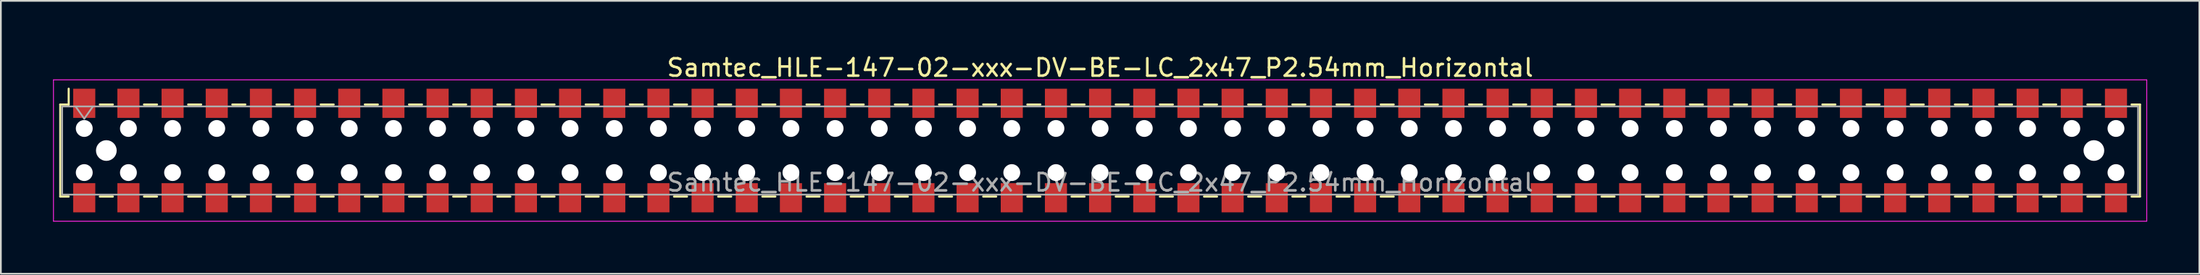
<source format=kicad_pcb>
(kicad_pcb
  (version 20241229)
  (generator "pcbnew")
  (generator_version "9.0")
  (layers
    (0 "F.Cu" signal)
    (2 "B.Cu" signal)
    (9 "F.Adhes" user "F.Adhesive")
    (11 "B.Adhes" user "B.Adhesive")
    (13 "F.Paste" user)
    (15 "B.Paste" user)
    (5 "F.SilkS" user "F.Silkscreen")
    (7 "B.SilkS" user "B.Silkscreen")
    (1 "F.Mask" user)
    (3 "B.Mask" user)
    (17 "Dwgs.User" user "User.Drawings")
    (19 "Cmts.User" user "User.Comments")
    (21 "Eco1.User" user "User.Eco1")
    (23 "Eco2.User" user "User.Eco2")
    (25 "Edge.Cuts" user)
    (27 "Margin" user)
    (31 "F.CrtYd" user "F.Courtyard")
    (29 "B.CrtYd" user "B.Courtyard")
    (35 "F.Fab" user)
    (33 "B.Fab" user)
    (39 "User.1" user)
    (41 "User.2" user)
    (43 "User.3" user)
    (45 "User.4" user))
  (footprint "Samtec_HLE-147-02-xxx-DV-BE-LC_2x47_P2.54mm_Horizontal"
    (layer "F.Cu")
    (at 60.215 5.618)
    (property "Reference" "Samtec_HLE-147-02-xxx-DV-BE-LC_2x47_P2.54mm_Horizontal" (at 0 -4.77 0) (layer "F.SilkS") (effects (font (size 1 1) (thickness 0.15))))
    (attr smd)
    (fp_line (start -59.8 -2.65) (end -59.8 2.65) (stroke (width 0.12) (type solid)) (layer "F.SilkS"))
    (fp_line (start -59.8 2.65) (end -59.315 2.65) (stroke (width 0.12) (type solid)) (layer "F.SilkS"))
    (fp_line (start -59.315 -3.56) (end -59.315 -2.65) (stroke (width 0.12) (type solid)) (layer "F.SilkS"))
    (fp_line (start -59.315 -2.65) (end -59.8 -2.65) (stroke (width 0.12) (type solid)) (layer "F.SilkS"))
    (fp_line (start -57.525 -2.65) (end -56.775 -2.65) (stroke (width 0.12) (type solid)) (layer "F.SilkS"))
    (fp_line (start -57.525 2.65) (end -56.775 2.65) (stroke (width 0.12) (type solid)) (layer "F.SilkS"))
    (fp_line (start -54.985 -2.65) (end -54.235 -2.65) (stroke (width 0.12) (type solid)) (layer "F.SilkS"))
    (fp_line (start -54.985 2.65) (end -54.235 2.65) (stroke (width 0.12) (type solid)) (layer "F.SilkS"))
    (fp_line (start -52.445 -2.65) (end -51.695 -2.65) (stroke (width 0.12) (type solid)) (layer "F.SilkS"))
    (fp_line (start -52.445 2.65) (end -51.695 2.65) (stroke (width 0.12) (type solid)) (layer "F.SilkS"))
    (fp_line (start -49.905 -2.65) (end -49.155 -2.65) (stroke (width 0.12) (type solid)) (layer "F.SilkS"))
    (fp_line (start -49.905 2.65) (end -49.155 2.65) (stroke (width 0.12) (type solid)) (layer "F.SilkS"))
    (fp_line (start -47.365 -2.65) (end -46.615 -2.65) (stroke (width 0.12) (type solid)) (layer "F.SilkS"))
    (fp_line (start -47.365 2.65) (end -46.615 2.65) (stroke (width 0.12) (type solid)) (layer "F.SilkS"))
    (fp_line (start -44.825 -2.65) (end -44.075 -2.65) (stroke (width 0.12) (type solid)) (layer "F.SilkS"))
    (fp_line (start -44.825 2.65) (end -44.075 2.65) (stroke (width 0.12) (type solid)) (layer "F.SilkS"))
    (fp_line (start -42.285 -2.65) (end -41.535 -2.65) (stroke (width 0.12) (type solid)) (layer "F.SilkS"))
    (fp_line (start -42.285 2.65) (end -41.535 2.65) (stroke (width 0.12) (type solid)) (layer "F.SilkS"))
    (fp_line (start -39.745 -2.65) (end -38.995 -2.65) (stroke (width 0.12) (type solid)) (layer "F.SilkS"))
    (fp_line (start -39.745 2.65) (end -38.995 2.65) (stroke (width 0.12) (type solid)) (layer "F.SilkS"))
    (fp_line (start -37.205 -2.65) (end -36.455 -2.65) (stroke (width 0.12) (type solid)) (layer "F.SilkS"))
    (fp_line (start -37.205 2.65) (end -36.455 2.65) (stroke (width 0.12) (type solid)) (layer "F.SilkS"))
    (fp_line (start -34.665 -2.65) (end -33.915 -2.65) (stroke (width 0.12) (type solid)) (layer "F.SilkS"))
    (fp_line (start -34.665 2.65) (end -33.915 2.65) (stroke (width 0.12) (type solid)) (layer "F.SilkS"))
    (fp_line (start -32.125 -2.65) (end -31.375 -2.65) (stroke (width 0.12) (type solid)) (layer "F.SilkS"))
    (fp_line (start -32.125 2.65) (end -31.375 2.65) (stroke (width 0.12) (type solid)) (layer "F.SilkS"))
    (fp_line (start -29.585 -2.65) (end -28.835 -2.65) (stroke (width 0.12) (type solid)) (layer "F.SilkS"))
    (fp_line (start -29.585 2.65) (end -28.835 2.65) (stroke (width 0.12) (type solid)) (layer "F.SilkS"))
    (fp_line (start -27.045 -2.65) (end -26.295 -2.65) (stroke (width 0.12) (type solid)) (layer "F.SilkS"))
    (fp_line (start -27.045 2.65) (end -26.295 2.65) (stroke (width 0.12) (type solid)) (layer "F.SilkS"))
    (fp_line (start -24.505 -2.65) (end -23.755 -2.65) (stroke (width 0.12) (type solid)) (layer "F.SilkS"))
    (fp_line (start -24.505 2.65) (end -23.755 2.65) (stroke (width 0.12) (type solid)) (layer "F.SilkS"))
    (fp_line (start -21.965 -2.65) (end -21.215 -2.65) (stroke (width 0.12) (type solid)) (layer "F.SilkS"))
    (fp_line (start -21.965 2.65) (end -21.215 2.65) (stroke (width 0.12) (type solid)) (layer "F.SilkS"))
    (fp_line (start -19.425 -2.65) (end -18.675 -2.65) (stroke (width 0.12) (type solid)) (layer "F.SilkS"))
    (fp_line (start -19.425 2.65) (end -18.675 2.65) (stroke (width 0.12) (type solid)) (layer "F.SilkS"))
    (fp_line (start -16.885 -2.65) (end -16.135 -2.65) (stroke (width 0.12) (type solid)) (layer "F.SilkS"))
    (fp_line (start -16.885 2.65) (end -16.135 2.65) (stroke (width 0.12) (type solid)) (layer "F.SilkS"))
    (fp_line (start -14.345 -2.65) (end -13.595 -2.65) (stroke (width 0.12) (type solid)) (layer "F.SilkS"))
    (fp_line (start -14.345 2.65) (end -13.595 2.65) (stroke (width 0.12) (type solid)) (layer "F.SilkS"))
    (fp_line (start -11.805 -2.65) (end -11.055 -2.65) (stroke (width 0.12) (type solid)) (layer "F.SilkS"))
    (fp_line (start -11.805 2.65) (end -11.055 2.65) (stroke (width 0.12) (type solid)) (layer "F.SilkS"))
    (fp_line (start -9.265 -2.65) (end -8.515 -2.65) (stroke (width 0.12) (type solid)) (layer "F.SilkS"))
    (fp_line (start -9.265 2.65) (end -8.515 2.65) (stroke (width 0.12) (type solid)) (layer "F.SilkS"))
    (fp_line (start -6.725 -2.65) (end -5.975 -2.65) (stroke (width 0.12) (type solid)) (layer "F.SilkS"))
    (fp_line (start -6.725 2.65) (end -5.975 2.65) (stroke (width 0.12) (type solid)) (layer "F.SilkS"))
    (fp_line (start -4.185 -2.65) (end -3.435 -2.65) (stroke (width 0.12) (type solid)) (layer "F.SilkS"))
    (fp_line (start -4.185 2.65) (end -3.435 2.65) (stroke (width 0.12) (type solid)) (layer "F.SilkS"))
    (fp_line (start -1.645 -2.65) (end -0.895 -2.65) (stroke (width 0.12) (type solid)) (layer "F.SilkS"))
    (fp_line (start -1.645 2.65) (end -0.895 2.65) (stroke (width 0.12) (type solid)) (layer "F.SilkS"))
    (fp_line (start 0.895 -2.65) (end 1.645 -2.65) (stroke (width 0.12) (type solid)) (layer "F.SilkS"))
    (fp_line (start 0.895 2.65) (end 1.645 2.65) (stroke (width 0.12) (type solid)) (layer "F.SilkS"))
    (fp_line (start 3.435 -2.65) (end 4.185 -2.65) (stroke (width 0.12) (type solid)) (layer "F.SilkS"))
    (fp_line (start 3.435 2.65) (end 4.185 2.65) (stroke (width 0.12) (type solid)) (layer "F.SilkS"))
    (fp_line (start 5.975 -2.65) (end 6.725 -2.65) (stroke (width 0.12) (type solid)) (layer "F.SilkS"))
    (fp_line (start 5.975 2.65) (end 6.725 2.65) (stroke (width 0.12) (type solid)) (layer "F.SilkS"))
    (fp_line (start 8.515 -2.65) (end 9.265 -2.65) (stroke (width 0.12) (type solid)) (layer "F.SilkS"))
    (fp_line (start 8.515 2.65) (end 9.265 2.65) (stroke (width 0.12) (type solid)) (layer "F.SilkS"))
    (fp_line (start 11.055 -2.65) (end 11.805 -2.65) (stroke (width 0.12) (type solid)) (layer "F.SilkS"))
    (fp_line (start 11.055 2.65) (end 11.805 2.65) (stroke (width 0.12) (type solid)) (layer "F.SilkS"))
    (fp_line (start 13.595 -2.65) (end 14.345 -2.65) (stroke (width 0.12) (type solid)) (layer "F.SilkS"))
    (fp_line (start 13.595 2.65) (end 14.345 2.65) (stroke (width 0.12) (type solid)) (layer "F.SilkS"))
    (fp_line (start 16.135 -2.65) (end 16.885 -2.65) (stroke (width 0.12) (type solid)) (layer "F.SilkS"))
    (fp_line (start 16.135 2.65) (end 16.885 2.65) (stroke (width 0.12) (type solid)) (layer "F.SilkS"))
    (fp_line (start 18.675 -2.65) (end 19.425 -2.65) (stroke (width 0.12) (type solid)) (layer "F.SilkS"))
    (fp_line (start 18.675 2.65) (end 19.425 2.65) (stroke (width 0.12) (type solid)) (layer "F.SilkS"))
    (fp_line (start 21.215 -2.65) (end 21.965 -2.65) (stroke (width 0.12) (type solid)) (layer "F.SilkS"))
    (fp_line (start 21.215 2.65) (end 21.965 2.65) (stroke (width 0.12) (type solid)) (layer "F.SilkS"))
    (fp_line (start 23.755 -2.65) (end 24.505 -2.65) (stroke (width 0.12) (type solid)) (layer "F.SilkS"))
    (fp_line (start 23.755 2.65) (end 24.505 2.65) (stroke (width 0.12) (type solid)) (layer "F.SilkS"))
    (fp_line (start 26.295 -2.65) (end 27.045 -2.65) (stroke (width 0.12) (type solid)) (layer "F.SilkS"))
    (fp_line (start 26.295 2.65) (end 27.045 2.65) (stroke (width 0.12) (type solid)) (layer "F.SilkS"))
    (fp_line (start 28.835 -2.65) (end 29.585 -2.65) (stroke (width 0.12) (type solid)) (layer "F.SilkS"))
    (fp_line (start 28.835 2.65) (end 29.585 2.65) (stroke (width 0.12) (type solid)) (layer "F.SilkS"))
    (fp_line (start 31.375 -2.65) (end 32.125 -2.65) (stroke (width 0.12) (type solid)) (layer "F.SilkS"))
    (fp_line (start 31.375 2.65) (end 32.125 2.65) (stroke (width 0.12) (type solid)) (layer "F.SilkS"))
    (fp_line (start 33.915 -2.65) (end 34.665 -2.65) (stroke (width 0.12) (type solid)) (layer "F.SilkS"))
    (fp_line (start 33.915 2.65) (end 34.665 2.65) (stroke (width 0.12) (type solid)) (layer "F.SilkS"))
    (fp_line (start 36.455 -2.65) (end 37.205 -2.65) (stroke (width 0.12) (type solid)) (layer "F.SilkS"))
    (fp_line (start 36.455 2.65) (end 37.205 2.65) (stroke (width 0.12) (type solid)) (layer "F.SilkS"))
    (fp_line (start 38.995 -2.65) (end 39.745 -2.65) (stroke (width 0.12) (type solid)) (layer "F.SilkS"))
    (fp_line (start 38.995 2.65) (end 39.745 2.65) (stroke (width 0.12) (type solid)) (layer "F.SilkS"))
    (fp_line (start 41.535 -2.65) (end 42.285 -2.65) (stroke (width 0.12) (type solid)) (layer "F.SilkS"))
    (fp_line (start 41.535 2.65) (end 42.285 2.65) (stroke (width 0.12) (type solid)) (layer "F.SilkS"))
    (fp_line (start 44.075 -2.65) (end 44.825 -2.65) (stroke (width 0.12) (type solid)) (layer "F.SilkS"))
    (fp_line (start 44.075 2.65) (end 44.825 2.65) (stroke (width 0.12) (type solid)) (layer "F.SilkS"))
    (fp_line (start 46.615 -2.65) (end 47.365 -2.65) (stroke (width 0.12) (type solid)) (layer "F.SilkS"))
    (fp_line (start 46.615 2.65) (end 47.365 2.65) (stroke (width 0.12) (type solid)) (layer "F.SilkS"))
    (fp_line (start 49.155 -2.65) (end 49.905 -2.65) (stroke (width 0.12) (type solid)) (layer "F.SilkS"))
    (fp_line (start 49.155 2.65) (end 49.905 2.65) (stroke (width 0.12) (type solid)) (layer "F.SilkS"))
    (fp_line (start 51.695 -2.65) (end 52.445 -2.65) (stroke (width 0.12) (type solid)) (layer "F.SilkS"))
    (fp_line (start 51.695 2.65) (end 52.445 2.65) (stroke (width 0.12) (type solid)) (layer "F.SilkS"))
    (fp_line (start 54.235 -2.65) (end 54.985 -2.65) (stroke (width 0.12) (type solid)) (layer "F.SilkS"))
    (fp_line (start 54.235 2.65) (end 54.985 2.65) (stroke (width 0.12) (type solid)) (layer "F.SilkS"))
    (fp_line (start 56.775 -2.65) (end 57.525 -2.65) (stroke (width 0.12) (type solid)) (layer "F.SilkS"))
    (fp_line (start 56.775 2.65) (end 57.525 2.65) (stroke (width 0.12) (type solid)) (layer "F.SilkS"))
    (fp_line (start 59.315 -2.65) (end 59.8 -2.65) (stroke (width 0.12) (type solid)) (layer "F.SilkS"))
    (fp_line (start 59.8 -2.65) (end 59.8 2.65) (stroke (width 0.12) (type solid)) (layer "F.SilkS"))
    (fp_line (start 59.8 2.65) (end 59.315 2.65) (stroke (width 0.12) (type solid)) (layer "F.SilkS"))
    (fp_line (start -60.19 -4.07) (end 60.19 -4.07) (stroke (width 0.05) (type solid)) (layer "F.CrtYd"))
    (fp_line (start -60.19 4.07) (end -60.19 -4.07) (stroke (width 0.05) (type solid)) (layer "F.CrtYd"))
    (fp_line (start 60.19 -4.07) (end 60.19 4.07) (stroke (width 0.05) (type solid)) (layer "F.CrtYd"))
    (fp_line (start 60.19 4.07) (end -60.19 4.07) (stroke (width 0.05) (type solid)) (layer "F.CrtYd"))
    (fp_line (start -59.69 -2.54) (end 59.69 -2.54) (stroke (width 0.1) (type solid)) (layer "F.Fab"))
    (fp_line (start -59.69 2.54) (end -59.69 -2.54) (stroke (width 0.1) (type solid)) (layer "F.Fab"))
    (fp_line (start -58.92 -2.54) (end -58.42 -1.833) (stroke (width 0.1) (type solid)) (layer "F.Fab"))
    (fp_line (start -58.42 -1.833) (end -57.92 -2.54) (stroke (width 0.1) (type solid)) (layer "F.Fab"))
    (fp_line (start 59.69 -2.54) (end 59.69 2.54) (stroke (width 0.1) (type solid)) (layer "F.Fab"))
    (fp_line (start 59.69 2.54) (end -59.69 2.54) (stroke (width 0.1) (type solid)) (layer "F.Fab"))
    (fp_text user "${REFERENCE}" (at 0 1.84 0) (layer "F.Fab") (effects (font (size 1 1) (thickness 0.15))))
    (pad "" np_thru_hole circle (at -58.42 -1.27) (size 0.97 0.97) (drill 0.97) (layers "*.Cu" "*.Mask"))
    (pad "" np_thru_hole circle (at -58.42 1.27) (size 0.97 0.97) (drill 0.97) (layers "*.Cu" "*.Mask"))
    (pad "" np_thru_hole circle (at -57.15 0) (size 1.19 1.19) (drill 1.19) (layers "*.Cu" "*.Mask"))
    (pad "" np_thru_hole circle (at -55.88 -1.27) (size 0.97 0.97) (drill 0.97) (layers "*.Cu" "*.Mask"))
    (pad "" np_thru_hole circle (at -55.88 1.27) (size 0.97 0.97) (drill 0.97) (layers "*.Cu" "*.Mask"))
    (pad "" np_thru_hole circle (at -53.34 -1.27) (size 0.97 0.97) (drill 0.97) (layers "*.Cu" "*.Mask"))
    (pad "" np_thru_hole circle (at -53.34 1.27) (size 0.97 0.97) (drill 0.97) (layers "*.Cu" "*.Mask"))
    (pad "" np_thru_hole circle (at -50.8 -1.27) (size 0.97 0.97) (drill 0.97) (layers "*.Cu" "*.Mask"))
    (pad "" np_thru_hole circle (at -50.8 1.27) (size 0.97 0.97) (drill 0.97) (layers "*.Cu" "*.Mask"))
    (pad "" np_thru_hole circle (at -48.26 -1.27) (size 0.97 0.97) (drill 0.97) (layers "*.Cu" "*.Mask"))
    (pad "" np_thru_hole circle (at -48.26 1.27) (size 0.97 0.97) (drill 0.97) (layers "*.Cu" "*.Mask"))
    (pad "" np_thru_hole circle (at -45.72 -1.27) (size 0.97 0.97) (drill 0.97) (layers "*.Cu" "*.Mask"))
    (pad "" np_thru_hole circle (at -45.72 1.27) (size 0.97 0.97) (drill 0.97) (layers "*.Cu" "*.Mask"))
    (pad "" np_thru_hole circle (at -43.18 -1.27) (size 0.97 0.97) (drill 0.97) (layers "*.Cu" "*.Mask"))
    (pad "" np_thru_hole circle (at -43.18 1.27) (size 0.97 0.97) (drill 0.97) (layers "*.Cu" "*.Mask"))
    (pad "" np_thru_hole circle (at -40.64 -1.27) (size 0.97 0.97) (drill 0.97) (layers "*.Cu" "*.Mask"))
    (pad "" np_thru_hole circle (at -40.64 1.27) (size 0.97 0.97) (drill 0.97) (layers "*.Cu" "*.Mask"))
    (pad "" np_thru_hole circle (at -38.1 -1.27) (size 0.97 0.97) (drill 0.97) (layers "*.Cu" "*.Mask"))
    (pad "" np_thru_hole circle (at -38.1 1.27) (size 0.97 0.97) (drill 0.97) (layers "*.Cu" "*.Mask"))
    (pad "" np_thru_hole circle (at -35.56 -1.27) (size 0.97 0.97) (drill 0.97) (layers "*.Cu" "*.Mask"))
    (pad "" np_thru_hole circle (at -35.56 1.27) (size 0.97 0.97) (drill 0.97) (layers "*.Cu" "*.Mask"))
    (pad "" np_thru_hole circle (at -33.02 -1.27) (size 0.97 0.97) (drill 0.97) (layers "*.Cu" "*.Mask"))
    (pad "" np_thru_hole circle (at -33.02 1.27) (size 0.97 0.97) (drill 0.97) (layers "*.Cu" "*.Mask"))
    (pad "" np_thru_hole circle (at -30.48 -1.27) (size 0.97 0.97) (drill 0.97) (layers "*.Cu" "*.Mask"))
    (pad "" np_thru_hole circle (at -30.48 1.27) (size 0.97 0.97) (drill 0.97) (layers "*.Cu" "*.Mask"))
    (pad "" np_thru_hole circle (at -27.94 -1.27) (size 0.97 0.97) (drill 0.97) (layers "*.Cu" "*.Mask"))
    (pad "" np_thru_hole circle (at -27.94 1.27) (size 0.97 0.97) (drill 0.97) (layers "*.Cu" "*.Mask"))
    (pad "" np_thru_hole circle (at -25.4 -1.27) (size 0.97 0.97) (drill 0.97) (layers "*.Cu" "*.Mask"))
    (pad "" np_thru_hole circle (at -25.4 1.27) (size 0.97 0.97) (drill 0.97) (layers "*.Cu" "*.Mask"))
    (pad "" np_thru_hole circle (at -22.86 -1.27) (size 0.97 0.97) (drill 0.97) (layers "*.Cu" "*.Mask"))
    (pad "" np_thru_hole circle (at -22.86 1.27) (size 0.97 0.97) (drill 0.97) (layers "*.Cu" "*.Mask"))
    (pad "" np_thru_hole circle (at -20.32 -1.27) (size 0.97 0.97) (drill 0.97) (layers "*.Cu" "*.Mask"))
    (pad "" np_thru_hole circle (at -20.32 1.27) (size 0.97 0.97) (drill 0.97) (layers "*.Cu" "*.Mask"))
    (pad "" np_thru_hole circle (at -17.78 -1.27) (size 0.97 0.97) (drill 0.97) (layers "*.Cu" "*.Mask"))
    (pad "" np_thru_hole circle (at -17.78 1.27) (size 0.97 0.97) (drill 0.97) (layers "*.Cu" "*.Mask"))
    (pad "" np_thru_hole circle (at -15.24 -1.27) (size 0.97 0.97) (drill 0.97) (layers "*.Cu" "*.Mask"))
    (pad "" np_thru_hole circle (at -15.24 1.27) (size 0.97 0.97) (drill 0.97) (layers "*.Cu" "*.Mask"))
    (pad "" np_thru_hole circle (at -12.7 -1.27) (size 0.97 0.97) (drill 0.97) (layers "*.Cu" "*.Mask"))
    (pad "" np_thru_hole circle (at -12.7 1.27) (size 0.97 0.97) (drill 0.97) (layers "*.Cu" "*.Mask"))
    (pad "" np_thru_hole circle (at -10.16 -1.27) (size 0.97 0.97) (drill 0.97) (layers "*.Cu" "*.Mask"))
    (pad "" np_thru_hole circle (at -10.16 1.27) (size 0.97 0.97) (drill 0.97) (layers "*.Cu" "*.Mask"))
    (pad "" np_thru_hole circle (at -7.62 -1.27) (size 0.97 0.97) (drill 0.97) (layers "*.Cu" "*.Mask"))
    (pad "" np_thru_hole circle (at -7.62 1.27) (size 0.97 0.97) (drill 0.97) (layers "*.Cu" "*.Mask"))
    (pad "" np_thru_hole circle (at -5.08 -1.27) (size 0.97 0.97) (drill 0.97) (layers "*.Cu" "*.Mask"))
    (pad "" np_thru_hole circle (at -5.08 1.27) (size 0.97 0.97) (drill 0.97) (layers "*.Cu" "*.Mask"))
    (pad "" np_thru_hole circle (at -2.54 -1.27) (size 0.97 0.97) (drill 0.97) (layers "*.Cu" "*.Mask"))
    (pad "" np_thru_hole circle (at -2.54 1.27) (size 0.97 0.97) (drill 0.97) (layers "*.Cu" "*.Mask"))
    (pad "" np_thru_hole circle (at 0 -1.27) (size 0.97 0.97) (drill 0.97) (layers "*.Cu" "*.Mask"))
    (pad "" np_thru_hole circle (at 0 1.27) (size 0.97 0.97) (drill 0.97) (layers "*.Cu" "*.Mask"))
    (pad "" np_thru_hole circle (at 2.54 -1.27) (size 0.97 0.97) (drill 0.97) (layers "*.Cu" "*.Mask"))
    (pad "" np_thru_hole circle (at 2.54 1.27) (size 0.97 0.97) (drill 0.97) (layers "*.Cu" "*.Mask"))
    (pad "" np_thru_hole circle (at 5.08 -1.27) (size 0.97 0.97) (drill 0.97) (layers "*.Cu" "*.Mask"))
    (pad "" np_thru_hole circle (at 5.08 1.27) (size 0.97 0.97) (drill 0.97) (layers "*.Cu" "*.Mask"))
    (pad "" np_thru_hole circle (at 7.62 -1.27) (size 0.97 0.97) (drill 0.97) (layers "*.Cu" "*.Mask"))
    (pad "" np_thru_hole circle (at 7.62 1.27) (size 0.97 0.97) (drill 0.97) (layers "*.Cu" "*.Mask"))
    (pad "" np_thru_hole circle (at 10.16 -1.27) (size 0.97 0.97) (drill 0.97) (layers "*.Cu" "*.Mask"))
    (pad "" np_thru_hole circle (at 10.16 1.27) (size 0.97 0.97) (drill 0.97) (layers "*.Cu" "*.Mask"))
    (pad "" np_thru_hole circle (at 12.7 -1.27) (size 0.97 0.97) (drill 0.97) (layers "*.Cu" "*.Mask"))
    (pad "" np_thru_hole circle (at 12.7 1.27) (size 0.97 0.97) (drill 0.97) (layers "*.Cu" "*.Mask"))
    (pad "" np_thru_hole circle (at 15.24 -1.27) (size 0.97 0.97) (drill 0.97) (layers "*.Cu" "*.Mask"))
    (pad "" np_thru_hole circle (at 15.24 1.27) (size 0.97 0.97) (drill 0.97) (layers "*.Cu" "*.Mask"))
    (pad "" np_thru_hole circle (at 17.78 -1.27) (size 0.97 0.97) (drill 0.97) (layers "*.Cu" "*.Mask"))
    (pad "" np_thru_hole circle (at 17.78 1.27) (size 0.97 0.97) (drill 0.97) (layers "*.Cu" "*.Mask"))
    (pad "" np_thru_hole circle (at 20.32 -1.27) (size 0.97 0.97) (drill 0.97) (layers "*.Cu" "*.Mask"))
    (pad "" np_thru_hole circle (at 20.32 1.27) (size 0.97 0.97) (drill 0.97) (layers "*.Cu" "*.Mask"))
    (pad "" np_thru_hole circle (at 22.86 -1.27) (size 0.97 0.97) (drill 0.97) (layers "*.Cu" "*.Mask"))
    (pad "" np_thru_hole circle (at 22.86 1.27) (size 0.97 0.97) (drill 0.97) (layers "*.Cu" "*.Mask"))
    (pad "" np_thru_hole circle (at 25.4 -1.27) (size 0.97 0.97) (drill 0.97) (layers "*.Cu" "*.Mask"))
    (pad "" np_thru_hole circle (at 25.4 1.27) (size 0.97 0.97) (drill 0.97) (layers "*.Cu" "*.Mask"))
    (pad "" np_thru_hole circle (at 27.94 -1.27) (size 0.97 0.97) (drill 0.97) (layers "*.Cu" "*.Mask"))
    (pad "" np_thru_hole circle (at 27.94 1.27) (size 0.97 0.97) (drill 0.97) (layers "*.Cu" "*.Mask"))
    (pad "" np_thru_hole circle (at 30.48 -1.27) (size 0.97 0.97) (drill 0.97) (layers "*.Cu" "*.Mask"))
    (pad "" np_thru_hole circle (at 30.48 1.27) (size 0.97 0.97) (drill 0.97) (layers "*.Cu" "*.Mask"))
    (pad "" np_thru_hole circle (at 33.02 -1.27) (size 0.97 0.97) (drill 0.97) (layers "*.Cu" "*.Mask"))
    (pad "" np_thru_hole circle (at 33.02 1.27) (size 0.97 0.97) (drill 0.97) (layers "*.Cu" "*.Mask"))
    (pad "" np_thru_hole circle (at 35.56 -1.27) (size 0.97 0.97) (drill 0.97) (layers "*.Cu" "*.Mask"))
    (pad "" np_thru_hole circle (at 35.56 1.27) (size 0.97 0.97) (drill 0.97) (layers "*.Cu" "*.Mask"))
    (pad "" np_thru_hole circle (at 38.1 -1.27) (size 0.97 0.97) (drill 0.97) (layers "*.Cu" "*.Mask"))
    (pad "" np_thru_hole circle (at 38.1 1.27) (size 0.97 0.97) (drill 0.97) (layers "*.Cu" "*.Mask"))
    (pad "" np_thru_hole circle (at 40.64 -1.27) (size 0.97 0.97) (drill 0.97) (layers "*.Cu" "*.Mask"))
    (pad "" np_thru_hole circle (at 40.64 1.27) (size 0.97 0.97) (drill 0.97) (layers "*.Cu" "*.Mask"))
    (pad "" np_thru_hole circle (at 43.18 -1.27) (size 0.97 0.97) (drill 0.97) (layers "*.Cu" "*.Mask"))
    (pad "" np_thru_hole circle (at 43.18 1.27) (size 0.97 0.97) (drill 0.97) (layers "*.Cu" "*.Mask"))
    (pad "" np_thru_hole circle (at 45.72 -1.27) (size 0.97 0.97) (drill 0.97) (layers "*.Cu" "*.Mask"))
    (pad "" np_thru_hole circle (at 45.72 1.27) (size 0.97 0.97) (drill 0.97) (layers "*.Cu" "*.Mask"))
    (pad "" np_thru_hole circle (at 48.26 -1.27) (size 0.97 0.97) (drill 0.97) (layers "*.Cu" "*.Mask"))
    (pad "" np_thru_hole circle (at 48.26 1.27) (size 0.97 0.97) (drill 0.97) (layers "*.Cu" "*.Mask"))
    (pad "" np_thru_hole circle (at 50.8 -1.27) (size 0.97 0.97) (drill 0.97) (layers "*.Cu" "*.Mask"))
    (pad "" np_thru_hole circle (at 50.8 1.27) (size 0.97 0.97) (drill 0.97) (layers "*.Cu" "*.Mask"))
    (pad "" np_thru_hole circle (at 53.34 -1.27) (size 0.97 0.97) (drill 0.97) (layers "*.Cu" "*.Mask"))
    (pad "" np_thru_hole circle (at 53.34 1.27) (size 0.97 0.97) (drill 0.97) (layers "*.Cu" "*.Mask"))
    (pad "" np_thru_hole circle (at 55.88 -1.27) (size 0.97 0.97) (drill 0.97) (layers "*.Cu" "*.Mask"))
    (pad "" np_thru_hole circle (at 55.88 1.27) (size 0.97 0.97) (drill 0.97) (layers "*.Cu" "*.Mask"))
    (pad "" np_thru_hole circle (at 57.15 0) (size 1.19 1.19) (drill 1.19) (layers "*.Cu" "*.Mask"))
    (pad "" np_thru_hole circle (at 58.42 -1.27) (size 0.97 0.97) (drill 0.97) (layers "*.Cu" "*.Mask"))
    (pad "" np_thru_hole circle (at 58.42 1.27) (size 0.97 0.97) (drill 0.97) (layers "*.Cu" "*.Mask"))
    (pad "1" smd rect (at -58.42 -2.72) (size 1.27 1.68) (layers "F.Cu" "F.Mask" "F.Paste"))
    (pad "2" smd rect (at -58.42 2.72) (size 1.27 1.68) (layers "F.Cu" "F.Mask" "F.Paste"))
    (pad "3" smd rect (at -55.88 -2.72) (size 1.27 1.68) (layers "F.Cu" "F.Mask" "F.Paste"))
    (pad "4" smd rect (at -55.88 2.72) (size 1.27 1.68) (layers "F.Cu" "F.Mask" "F.Paste"))
    (pad "5" smd rect (at -53.34 -2.72) (size 1.27 1.68) (layers "F.Cu" "F.Mask" "F.Paste"))
    (pad "6" smd rect (at -53.34 2.72) (size 1.27 1.68) (layers "F.Cu" "F.Mask" "F.Paste"))
    (pad "7" smd rect (at -50.8 -2.72) (size 1.27 1.68) (layers "F.Cu" "F.Mask" "F.Paste"))
    (pad "8" smd rect (at -50.8 2.72) (size 1.27 1.68) (layers "F.Cu" "F.Mask" "F.Paste"))
    (pad "9" smd rect (at -48.26 -2.72) (size 1.27 1.68) (layers "F.Cu" "F.Mask" "F.Paste"))
    (pad "10" smd rect (at -48.26 2.72) (size 1.27 1.68) (layers "F.Cu" "F.Mask" "F.Paste"))
    (pad "11" smd rect (at -45.72 -2.72) (size 1.27 1.68) (layers "F.Cu" "F.Mask" "F.Paste"))
    (pad "12" smd rect (at -45.72 2.72) (size 1.27 1.68) (layers "F.Cu" "F.Mask" "F.Paste"))
    (pad "13" smd rect (at -43.18 -2.72) (size 1.27 1.68) (layers "F.Cu" "F.Mask" "F.Paste"))
    (pad "14" smd rect (at -43.18 2.72) (size 1.27 1.68) (layers "F.Cu" "F.Mask" "F.Paste"))
    (pad "15" smd rect (at -40.64 -2.72) (size 1.27 1.68) (layers "F.Cu" "F.Mask" "F.Paste"))
    (pad "16" smd rect (at -40.64 2.72) (size 1.27 1.68) (layers "F.Cu" "F.Mask" "F.Paste"))
    (pad "17" smd rect (at -38.1 -2.72) (size 1.27 1.68) (layers "F.Cu" "F.Mask" "F.Paste"))
    (pad "18" smd rect (at -38.1 2.72) (size 1.27 1.68) (layers "F.Cu" "F.Mask" "F.Paste"))
    (pad "19" smd rect (at -35.56 -2.72) (size 1.27 1.68) (layers "F.Cu" "F.Mask" "F.Paste"))
    (pad "20" smd rect (at -35.56 2.72) (size 1.27 1.68) (layers "F.Cu" "F.Mask" "F.Paste"))
    (pad "21" smd rect (at -33.02 -2.72) (size 1.27 1.68) (layers "F.Cu" "F.Mask" "F.Paste"))
    (pad "22" smd rect (at -33.02 2.72) (size 1.27 1.68) (layers "F.Cu" "F.Mask" "F.Paste"))
    (pad "23" smd rect (at -30.48 -2.72) (size 1.27 1.68) (layers "F.Cu" "F.Mask" "F.Paste"))
    (pad "24" smd rect (at -30.48 2.72) (size 1.27 1.68) (layers "F.Cu" "F.Mask" "F.Paste"))
    (pad "25" smd rect (at -27.94 -2.72) (size 1.27 1.68) (layers "F.Cu" "F.Mask" "F.Paste"))
    (pad "26" smd rect (at -27.94 2.72) (size 1.27 1.68) (layers "F.Cu" "F.Mask" "F.Paste"))
    (pad "27" smd rect (at -25.4 -2.72) (size 1.27 1.68) (layers "F.Cu" "F.Mask" "F.Paste"))
    (pad "28" smd rect (at -25.4 2.72) (size 1.27 1.68) (layers "F.Cu" "F.Mask" "F.Paste"))
    (pad "29" smd rect (at -22.86 -2.72) (size 1.27 1.68) (layers "F.Cu" "F.Mask" "F.Paste"))
    (pad "30" smd rect (at -22.86 2.72) (size 1.27 1.68) (layers "F.Cu" "F.Mask" "F.Paste"))
    (pad "31" smd rect (at -20.32 -2.72) (size 1.27 1.68) (layers "F.Cu" "F.Mask" "F.Paste"))
    (pad "32" smd rect (at -20.32 2.72) (size 1.27 1.68) (layers "F.Cu" "F.Mask" "F.Paste"))
    (pad "33" smd rect (at -17.78 -2.72) (size 1.27 1.68) (layers "F.Cu" "F.Mask" "F.Paste"))
    (pad "34" smd rect (at -17.78 2.72) (size 1.27 1.68) (layers "F.Cu" "F.Mask" "F.Paste"))
    (pad "35" smd rect (at -15.24 -2.72) (size 1.27 1.68) (layers "F.Cu" "F.Mask" "F.Paste"))
    (pad "36" smd rect (at -15.24 2.72) (size 1.27 1.68) (layers "F.Cu" "F.Mask" "F.Paste"))
    (pad "37" smd rect (at -12.7 -2.72) (size 1.27 1.68) (layers "F.Cu" "F.Mask" "F.Paste"))
    (pad "38" smd rect (at -12.7 2.72) (size 1.27 1.68) (layers "F.Cu" "F.Mask" "F.Paste"))
    (pad "39" smd rect (at -10.16 -2.72) (size 1.27 1.68) (layers "F.Cu" "F.Mask" "F.Paste"))
    (pad "40" smd rect (at -10.16 2.72) (size 1.27 1.68) (layers "F.Cu" "F.Mask" "F.Paste"))
    (pad "41" smd rect (at -7.62 -2.72) (size 1.27 1.68) (layers "F.Cu" "F.Mask" "F.Paste"))
    (pad "42" smd rect (at -7.62 2.72) (size 1.27 1.68) (layers "F.Cu" "F.Mask" "F.Paste"))
    (pad "43" smd rect (at -5.08 -2.72) (size 1.27 1.68) (layers "F.Cu" "F.Mask" "F.Paste"))
    (pad "44" smd rect (at -5.08 2.72) (size 1.27 1.68) (layers "F.Cu" "F.Mask" "F.Paste"))
    (pad "45" smd rect (at -2.54 -2.72) (size 1.27 1.68) (layers "F.Cu" "F.Mask" "F.Paste"))
    (pad "46" smd rect (at -2.54 2.72) (size 1.27 1.68) (layers "F.Cu" "F.Mask" "F.Paste"))
    (pad "47" smd rect (at 0 -2.72) (size 1.27 1.68) (layers "F.Cu" "F.Mask" "F.Paste"))
    (pad "48" smd rect (at 0 2.72) (size 1.27 1.68) (layers "F.Cu" "F.Mask" "F.Paste"))
    (pad "49" smd rect (at 2.54 -2.72) (size 1.27 1.68) (layers "F.Cu" "F.Mask" "F.Paste"))
    (pad "50" smd rect (at 2.54 2.72) (size 1.27 1.68) (layers "F.Cu" "F.Mask" "F.Paste"))
    (pad "51" smd rect (at 5.08 -2.72) (size 1.27 1.68) (layers "F.Cu" "F.Mask" "F.Paste"))
    (pad "52" smd rect (at 5.08 2.72) (size 1.27 1.68) (layers "F.Cu" "F.Mask" "F.Paste"))
    (pad "53" smd rect (at 7.62 -2.72) (size 1.27 1.68) (layers "F.Cu" "F.Mask" "F.Paste"))
    (pad "54" smd rect (at 7.62 2.72) (size 1.27 1.68) (layers "F.Cu" "F.Mask" "F.Paste"))
    (pad "55" smd rect (at 10.16 -2.72) (size 1.27 1.68) (layers "F.Cu" "F.Mask" "F.Paste"))
    (pad "56" smd rect (at 10.16 2.72) (size 1.27 1.68) (layers "F.Cu" "F.Mask" "F.Paste"))
    (pad "57" smd rect (at 12.7 -2.72) (size 1.27 1.68) (layers "F.Cu" "F.Mask" "F.Paste"))
    (pad "58" smd rect (at 12.7 2.72) (size 1.27 1.68) (layers "F.Cu" "F.Mask" "F.Paste"))
    (pad "59" smd rect (at 15.24 -2.72) (size 1.27 1.68) (layers "F.Cu" "F.Mask" "F.Paste"))
    (pad "60" smd rect (at 15.24 2.72) (size 1.27 1.68) (layers "F.Cu" "F.Mask" "F.Paste"))
    (pad "61" smd rect (at 17.78 -2.72) (size 1.27 1.68) (layers "F.Cu" "F.Mask" "F.Paste"))
    (pad "62" smd rect (at 17.78 2.72) (size 1.27 1.68) (layers "F.Cu" "F.Mask" "F.Paste"))
    (pad "63" smd rect (at 20.32 -2.72) (size 1.27 1.68) (layers "F.Cu" "F.Mask" "F.Paste"))
    (pad "64" smd rect (at 20.32 2.72) (size 1.27 1.68) (layers "F.Cu" "F.Mask" "F.Paste"))
    (pad "65" smd rect (at 22.86 -2.72) (size 1.27 1.68) (layers "F.Cu" "F.Mask" "F.Paste"))
    (pad "66" smd rect (at 22.86 2.72) (size 1.27 1.68) (layers "F.Cu" "F.Mask" "F.Paste"))
    (pad "67" smd rect (at 25.4 -2.72) (size 1.27 1.68) (layers "F.Cu" "F.Mask" "F.Paste"))
    (pad "68" smd rect (at 25.4 2.72) (size 1.27 1.68) (layers "F.Cu" "F.Mask" "F.Paste"))
    (pad "69" smd rect (at 27.94 -2.72) (size 1.27 1.68) (layers "F.Cu" "F.Mask" "F.Paste"))
    (pad "70" smd rect (at 27.94 2.72) (size 1.27 1.68) (layers "F.Cu" "F.Mask" "F.Paste"))
    (pad "71" smd rect (at 30.48 -2.72) (size 1.27 1.68) (layers "F.Cu" "F.Mask" "F.Paste"))
    (pad "72" smd rect (at 30.48 2.72) (size 1.27 1.68) (layers "F.Cu" "F.Mask" "F.Paste"))
    (pad "73" smd rect (at 33.02 -2.72) (size 1.27 1.68) (layers "F.Cu" "F.Mask" "F.Paste"))
    (pad "74" smd rect (at 33.02 2.72) (size 1.27 1.68) (layers "F.Cu" "F.Mask" "F.Paste"))
    (pad "75" smd rect (at 35.56 -2.72) (size 1.27 1.68) (layers "F.Cu" "F.Mask" "F.Paste"))
    (pad "76" smd rect (at 35.56 2.72) (size 1.27 1.68) (layers "F.Cu" "F.Mask" "F.Paste"))
    (pad "77" smd rect (at 38.1 -2.72) (size 1.27 1.68) (layers "F.Cu" "F.Mask" "F.Paste"))
    (pad "78" smd rect (at 38.1 2.72) (size 1.27 1.68) (layers "F.Cu" "F.Mask" "F.Paste"))
    (pad "79" smd rect (at 40.64 -2.72) (size 1.27 1.68) (layers "F.Cu" "F.Mask" "F.Paste"))
    (pad "80" smd rect (at 40.64 2.72) (size 1.27 1.68) (layers "F.Cu" "F.Mask" "F.Paste"))
    (pad "81" smd rect (at 43.18 -2.72) (size 1.27 1.68) (layers "F.Cu" "F.Mask" "F.Paste"))
    (pad "82" smd rect (at 43.18 2.72) (size 1.27 1.68) (layers "F.Cu" "F.Mask" "F.Paste"))
    (pad "83" smd rect (at 45.72 -2.72) (size 1.27 1.68) (layers "F.Cu" "F.Mask" "F.Paste"))
    (pad "84" smd rect (at 45.72 2.72) (size 1.27 1.68) (layers "F.Cu" "F.Mask" "F.Paste"))
    (pad "85" smd rect (at 48.26 -2.72) (size 1.27 1.68) (layers "F.Cu" "F.Mask" "F.Paste"))
    (pad "86" smd rect (at 48.26 2.72) (size 1.27 1.68) (layers "F.Cu" "F.Mask" "F.Paste"))
    (pad "87" smd rect (at 50.8 -2.72) (size 1.27 1.68) (layers "F.Cu" "F.Mask" "F.Paste"))
    (pad "88" smd rect (at 50.8 2.72) (size 1.27 1.68) (layers "F.Cu" "F.Mask" "F.Paste"))
    (pad "89" smd rect (at 53.34 -2.72) (size 1.27 1.68) (layers "F.Cu" "F.Mask" "F.Paste"))
    (pad "90" smd rect (at 53.34 2.72) (size 1.27 1.68) (layers "F.Cu" "F.Mask" "F.Paste"))
    (pad "91" smd rect (at 55.88 -2.72) (size 1.27 1.68) (layers "F.Cu" "F.Mask" "F.Paste"))
    (pad "92" smd rect (at 55.88 2.72) (size 1.27 1.68) (layers "F.Cu" "F.Mask" "F.Paste"))
    (pad "93" smd rect (at 58.42 -2.72) (size 1.27 1.68) (layers "F.Cu" "F.Mask" "F.Paste"))
    (pad "94" smd rect (at 58.42 2.72) (size 1.27 1.68) (layers "F.Cu" "F.Mask" "F.Paste")))
  (gr_rect
    (start -3 -3)
    (end 123.43 12.713)
    (stroke (width 0.1) (type default))
    (fill no)
    (layer "Edge.Cuts")))
</source>
